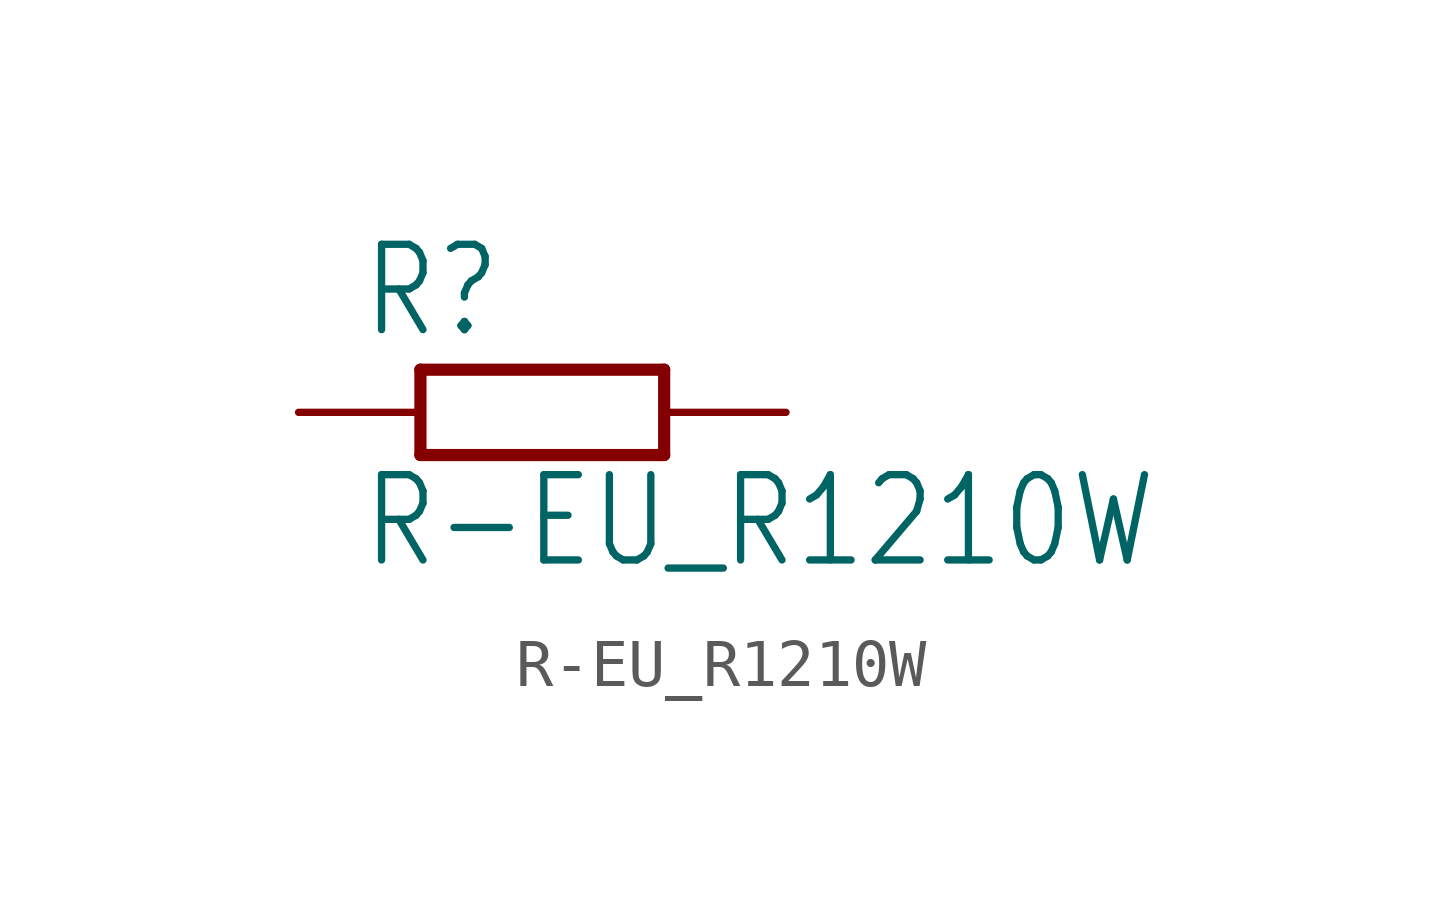
<source format=kicad_sym>
(kicad_symbol_lib
  (version 20211014)
  (generator kicad_symbol_editor)
  (symbol "R-EU_R1210W"
    (property "Reference" "R"
      (at -3.81 1.499 0)
      (effects (font (size 1.778 1.511)) (justify left bottom)))
    (property "Value" "R-EU_R1210W"
      (at -3.81 -3.302 0)
      (effects (font (size 1.778 1.511)) (justify left bottom)))
    (property "ki_locked" ""
      (at 0 0 0)
      (effects (font (size 1.27 1.27))))
    (symbol "R-EU_R1210W_1_0"
      (polyline (pts (xy -2.54 -0.889) (xy -2.54 0.889)) (stroke (width 0.254) (type default) (color 0 0 0 0)) (fill (type none)))
      (polyline (pts (xy -2.54 -0.889) (xy 2.54 -0.889)) (stroke (width 0.254) (type default) (color 0 0 0 0)) (fill (type none)))
      (polyline (pts (xy 2.54 -0.889) (xy 2.54 0.889)) (stroke (width 0.254) (type default) (color 0 0 0 0)) (fill (type none)))
      (polyline (pts (xy 2.54 0.889) (xy -2.54 0.889)) (stroke (width 0.254) (type default) (color 0 0 0 0)) (fill (type none)))
      (pin passive line (at -5.08 0 0) (length 2.54) (name "1" (effects (font (size 0 0)))) (number "1" (effects (font (size 0 0)))))
      (pin passive line (at 5.08 0 180) (length 2.54) (name "2" (effects (font (size 0 0)))) (number "2" (effects (font (size 0 0))))))))
</source>
